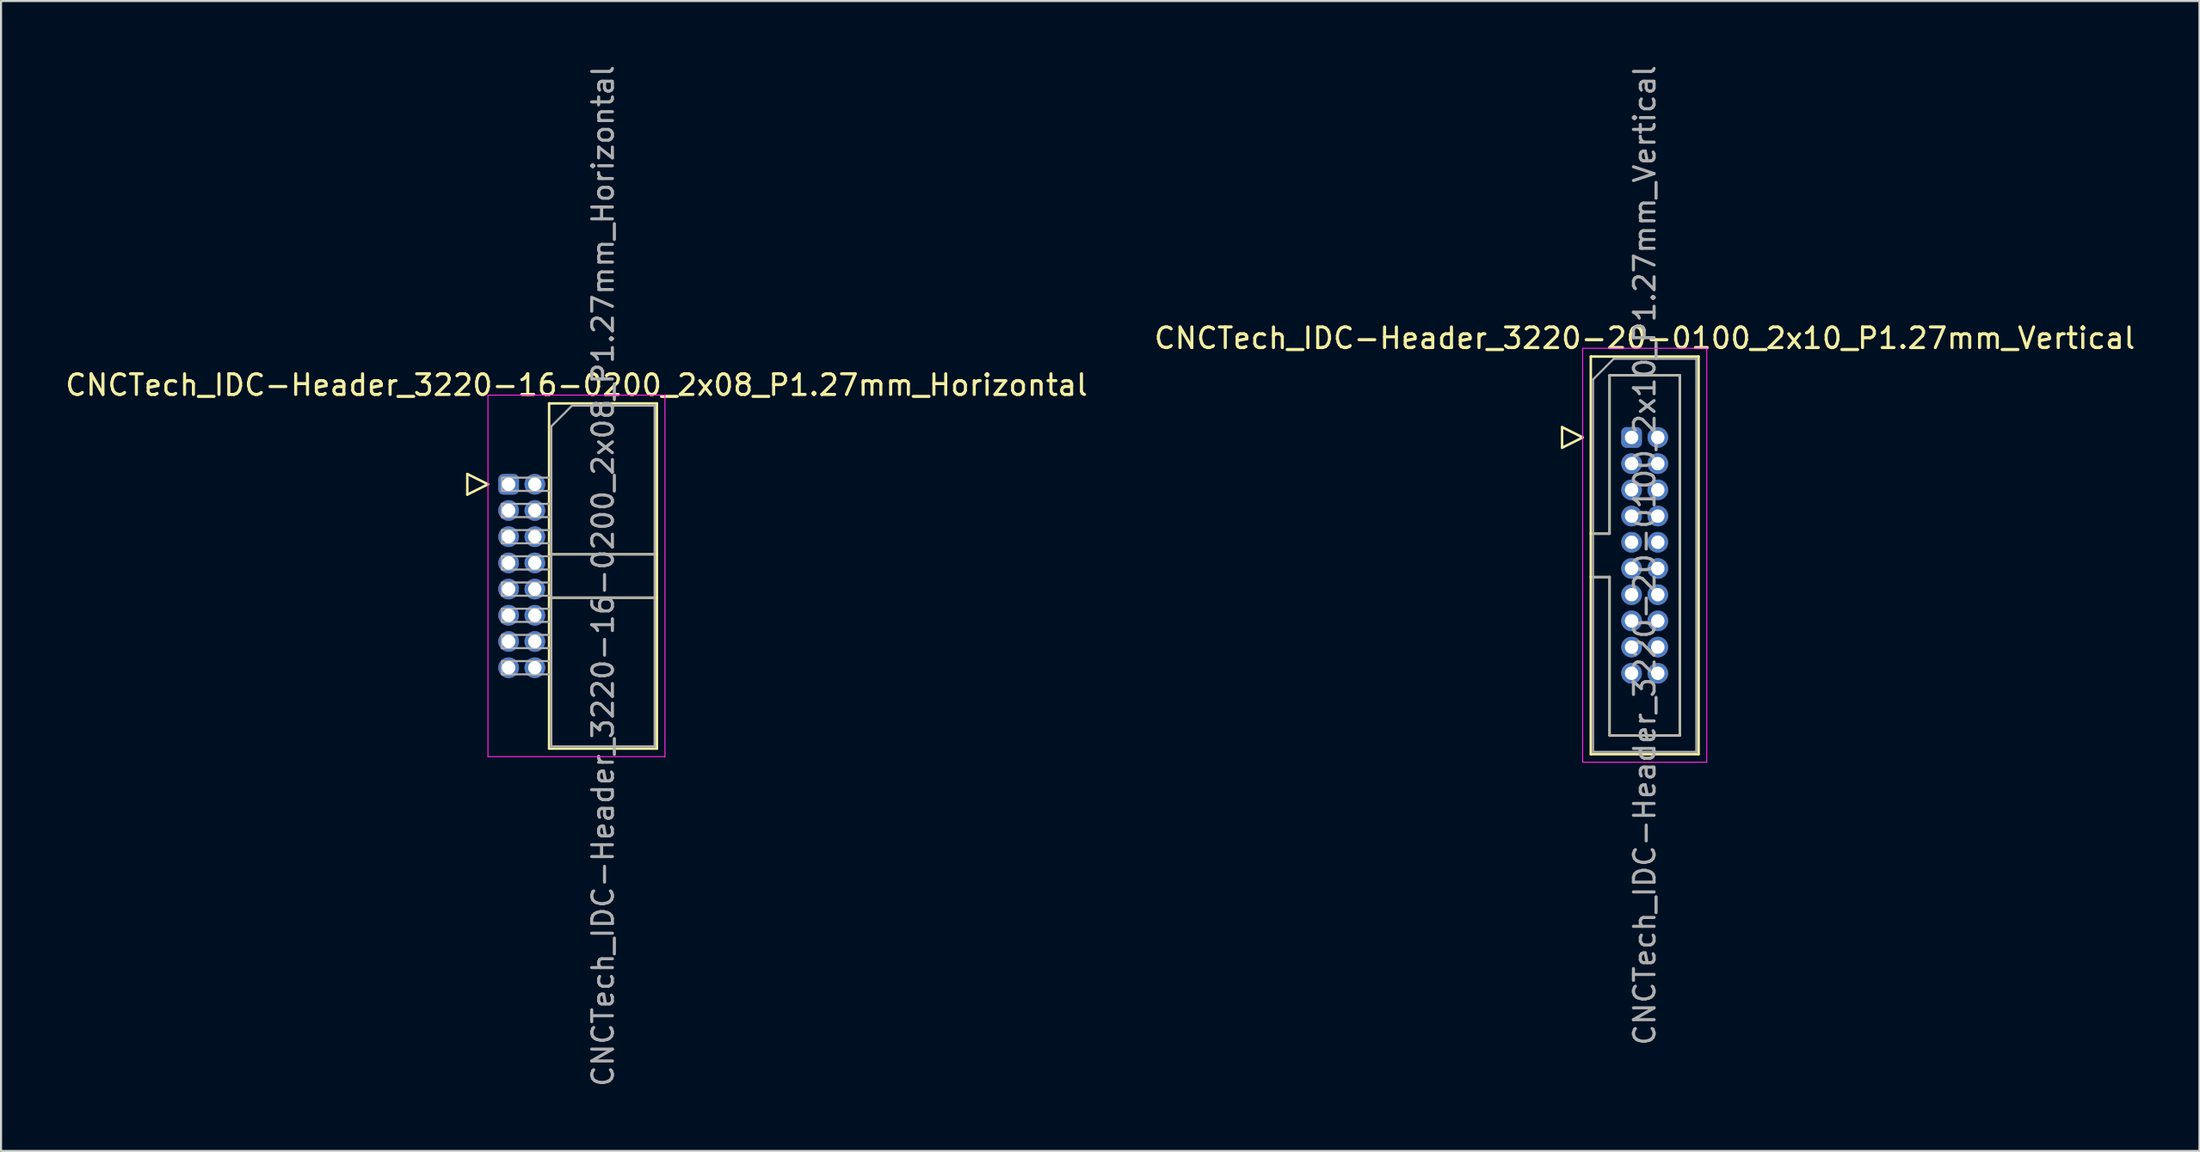
<source format=kicad_pcb>
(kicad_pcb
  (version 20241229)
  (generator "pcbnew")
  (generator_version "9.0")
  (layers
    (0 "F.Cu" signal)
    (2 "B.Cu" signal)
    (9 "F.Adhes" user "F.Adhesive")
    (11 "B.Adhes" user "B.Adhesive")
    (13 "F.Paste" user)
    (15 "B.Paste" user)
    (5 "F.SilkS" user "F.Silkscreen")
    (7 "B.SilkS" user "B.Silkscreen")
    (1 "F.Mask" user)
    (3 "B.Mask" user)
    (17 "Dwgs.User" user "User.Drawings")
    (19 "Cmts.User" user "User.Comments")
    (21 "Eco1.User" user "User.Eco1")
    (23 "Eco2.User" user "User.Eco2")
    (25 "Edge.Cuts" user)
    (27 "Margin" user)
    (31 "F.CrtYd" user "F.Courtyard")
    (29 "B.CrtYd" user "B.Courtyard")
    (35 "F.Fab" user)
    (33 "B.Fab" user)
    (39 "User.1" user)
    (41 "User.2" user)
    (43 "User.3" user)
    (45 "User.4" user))
  (footprint "CNCTech_IDC-Header_3220-16-0200_2x08_P1.27mm_Horizontal"
    (layer "F.Cu")
    (at 21.578 20.418)
    (property "Reference" "CNCTech_IDC-Header_3220-16-0200_2x08_P1.27mm_Horizontal" (at 3.285 -4.81 0) (layer "F.SilkS") (effects (font (size 1 1) (thickness 0.15))))
    (attr through_hole)
    (fp_line (start -2 -0.5) (end -2 0.5) (stroke (width 0.12) (type solid)) (layer "F.SilkS"))
    (fp_line (start -2 0.5) (end -1 0) (stroke (width 0.12) (type solid)) (layer "F.SilkS"))
    (fp_line (start -1 0) (end -2 -0.5) (stroke (width 0.12) (type solid)) (layer "F.SilkS"))
    (fp_line (start 1.96 -3.92) (end 7.18 -3.92) (stroke (width 0.12) (type solid)) (layer "F.SilkS"))
    (fp_line (start 1.96 3.395) (end 7.18 3.395) (stroke (width 0.12) (type solid)) (layer "F.SilkS"))
    (fp_line (start 1.96 5.495) (end 7.18 5.495) (stroke (width 0.12) (type solid)) (layer "F.SilkS"))
    (fp_line (start 1.96 12.81) (end 1.96 -3.92) (stroke (width 0.12) (type solid)) (layer "F.SilkS"))
    (fp_line (start 7.18 -3.92) (end 7.18 12.81) (stroke (width 0.12) (type solid)) (layer "F.SilkS"))
    (fp_line (start 7.18 12.81) (end 1.96 12.81) (stroke (width 0.12) (type solid)) (layer "F.SilkS"))
    (fp_line (start -1 -4.32) (end -1 13.2) (stroke (width 0.05) (type solid)) (layer "F.CrtYd"))
    (fp_line (start -1 13.2) (end 7.57 13.2) (stroke (width 0.05) (type solid)) (layer "F.CrtYd"))
    (fp_line (start 7.57 -4.32) (end -1 -4.32) (stroke (width 0.05) (type solid)) (layer "F.CrtYd"))
    (fp_line (start 7.57 13.2) (end 7.57 -4.32) (stroke (width 0.05) (type solid)) (layer "F.CrtYd"))
    (fp_line (start -0.32 -0.32) (end -0.32 0.32) (stroke (width 0.1) (type solid)) (layer "F.Fab"))
    (fp_line (start -0.32 0.32) (end 2.07 0.32) (stroke (width 0.1) (type solid)) (layer "F.Fab"))
    (fp_line (start -0.32 0.95) (end -0.32 1.59) (stroke (width 0.1) (type solid)) (layer "F.Fab"))
    (fp_line (start -0.32 1.59) (end 2.07 1.59) (stroke (width 0.1) (type solid)) (layer "F.Fab"))
    (fp_line (start -0.32 2.22) (end -0.32 2.86) (stroke (width 0.1) (type solid)) (layer "F.Fab"))
    (fp_line (start -0.32 2.86) (end 2.07 2.86) (stroke (width 0.1) (type solid)) (layer "F.Fab"))
    (fp_line (start -0.32 3.49) (end -0.32 4.13) (stroke (width 0.1) (type solid)) (layer "F.Fab"))
    (fp_line (start -0.32 4.13) (end 2.07 4.13) (stroke (width 0.1) (type solid)) (layer "F.Fab"))
    (fp_line (start -0.32 4.76) (end -0.32 5.4) (stroke (width 0.1) (type solid)) (layer "F.Fab"))
    (fp_line (start -0.32 5.4) (end 2.07 5.4) (stroke (width 0.1) (type solid)) (layer "F.Fab"))
    (fp_line (start -0.32 6.03) (end -0.32 6.67) (stroke (width 0.1) (type solid)) (layer "F.Fab"))
    (fp_line (start -0.32 6.67) (end 2.07 6.67) (stroke (width 0.1) (type solid)) (layer "F.Fab"))
    (fp_line (start -0.32 7.3) (end -0.32 7.94) (stroke (width 0.1) (type solid)) (layer "F.Fab"))
    (fp_line (start -0.32 7.94) (end 2.07 7.94) (stroke (width 0.1) (type solid)) (layer "F.Fab"))
    (fp_line (start -0.32 8.57) (end -0.32 9.21) (stroke (width 0.1) (type solid)) (layer "F.Fab"))
    (fp_line (start -0.32 9.21) (end 2.07 9.21) (stroke (width 0.1) (type solid)) (layer "F.Fab"))
    (fp_line (start 2.07 -2.81) (end 3.07 -3.81) (stroke (width 0.1) (type solid)) (layer "F.Fab"))
    (fp_line (start 2.07 -0.32) (end -0.32 -0.32) (stroke (width 0.1) (type solid)) (layer "F.Fab"))
    (fp_line (start 2.07 0.95) (end -0.32 0.95) (stroke (width 0.1) (type solid)) (layer "F.Fab"))
    (fp_line (start 2.07 2.22) (end -0.32 2.22) (stroke (width 0.1) (type solid)) (layer "F.Fab"))
    (fp_line (start 2.07 3.395) (end 7.07 3.395) (stroke (width 0.1) (type solid)) (layer "F.Fab"))
    (fp_line (start 2.07 3.49) (end -0.32 3.49) (stroke (width 0.1) (type solid)) (layer "F.Fab"))
    (fp_line (start 2.07 4.76) (end -0.32 4.76) (stroke (width 0.1) (type solid)) (layer "F.Fab"))
    (fp_line (start 2.07 5.495) (end 7.07 5.495) (stroke (width 0.1) (type solid)) (layer "F.Fab"))
    (fp_line (start 2.07 6.03) (end -0.32 6.03) (stroke (width 0.1) (type solid)) (layer "F.Fab"))
    (fp_line (start 2.07 7.3) (end -0.32 7.3) (stroke (width 0.1) (type solid)) (layer "F.Fab"))
    (fp_line (start 2.07 8.57) (end -0.32 8.57) (stroke (width 0.1) (type solid)) (layer "F.Fab"))
    (fp_line (start 2.07 12.7) (end 2.07 -2.81) (stroke (width 0.1) (type solid)) (layer "F.Fab"))
    (fp_line (start 3.07 -3.81) (end 7.07 -3.81) (stroke (width 0.1) (type solid)) (layer "F.Fab"))
    (fp_line (start 7.07 -3.81) (end 7.07 12.7) (stroke (width 0.1) (type solid)) (layer "F.Fab"))
    (fp_line (start 7.07 12.7) (end 2.07 12.7) (stroke (width 0.1) (type solid)) (layer "F.Fab"))
    (fp_text user "${REFERENCE}" (at 4.57 4.445 90) (layer "F.Fab") (effects (font (size 1 1) (thickness 0.15))))
    (pad "1" thru_hole roundrect (at 0 0) (size 1 1) (drill 0.65) (layers "*.Cu" "*.Mask") (roundrect_rratio 0.25))
    (pad "2" thru_hole circle (at 1.27 0) (size 1 1) (drill 0.65) (layers "*.Cu" "*.Mask"))
    (pad "3" thru_hole circle (at 0 1.27) (size 1 1) (drill 0.65) (layers "*.Cu" "*.Mask"))
    (pad "4" thru_hole circle (at 1.27 1.27) (size 1 1) (drill 0.65) (layers "*.Cu" "*.Mask"))
    (pad "5" thru_hole circle (at 0 2.54) (size 1 1) (drill 0.65) (layers "*.Cu" "*.Mask"))
    (pad "6" thru_hole circle (at 1.27 2.54) (size 1 1) (drill 0.65) (layers "*.Cu" "*.Mask"))
    (pad "7" thru_hole circle (at 0 3.81) (size 1 1) (drill 0.65) (layers "*.Cu" "*.Mask"))
    (pad "8" thru_hole circle (at 1.27 3.81) (size 1 1) (drill 0.65) (layers "*.Cu" "*.Mask"))
    (pad "9" thru_hole circle (at 0 5.08) (size 1 1) (drill 0.65) (layers "*.Cu" "*.Mask"))
    (pad "10" thru_hole circle (at 1.27 5.08) (size 1 1) (drill 0.65) (layers "*.Cu" "*.Mask"))
    (pad "11" thru_hole circle (at 0 6.35) (size 1 1) (drill 0.65) (layers "*.Cu" "*.Mask"))
    (pad "12" thru_hole circle (at 1.27 6.35) (size 1 1) (drill 0.65) (layers "*.Cu" "*.Mask"))
    (pad "13" thru_hole circle (at 0 7.62) (size 1 1) (drill 0.65) (layers "*.Cu" "*.Mask"))
    (pad "14" thru_hole circle (at 1.27 7.62) (size 1 1) (drill 0.65) (layers "*.Cu" "*.Mask"))
    (pad "15" thru_hole circle (at 0 8.89) (size 1 1) (drill 0.65) (layers "*.Cu" "*.Mask"))
    (pad "16" thru_hole circle (at 1.27 8.89) (size 1 1) (drill 0.65) (layers "*.Cu" "*.Mask")))
  (footprint "CNCTech_IDC-Header_3220-20-0100_2x10_P1.27mm_Vertical"
    (layer "F.Cu")
    (at 75.954 18.148)
    (property "Reference" "CNCTech_IDC-Header_3220-20-0100_2x10_P1.27mm_Vertical" (at 0.635 -4.81 0) (layer "F.SilkS") (effects (font (size 1 1) (thickness 0.15))))
    (attr through_hole)
    (fp_line (start -3.365 -0.5) (end -3.365 0.5) (stroke (width 0.12) (type solid)) (layer "F.SilkS"))
    (fp_line (start -3.365 0.5) (end -2.365 0) (stroke (width 0.12) (type solid)) (layer "F.SilkS"))
    (fp_line (start -2.365 0) (end -3.365 -0.5) (stroke (width 0.12) (type solid)) (layer "F.SilkS"))
    (fp_line (start -1.975 -3.92) (end 3.245 -3.92) (stroke (width 0.12) (type solid)) (layer "F.SilkS"))
    (fp_line (start -1.975 4.665) (end -1.065 4.665) (stroke (width 0.12) (type solid)) (layer "F.SilkS"))
    (fp_line (start -1.975 15.35) (end -1.975 -3.92) (stroke (width 0.12) (type solid)) (layer "F.SilkS"))
    (fp_line (start -1.065 -3.01) (end 2.335 -3.01) (stroke (width 0.12) (type solid)) (layer "F.SilkS"))
    (fp_line (start -1.065 4.665) (end -1.065 -3.01) (stroke (width 0.12) (type solid)) (layer "F.SilkS"))
    (fp_line (start -1.065 6.765) (end -1.975 6.765) (stroke (width 0.12) (type solid)) (layer "F.SilkS"))
    (fp_line (start -1.065 6.765) (end -1.065 6.765) (stroke (width 0.12) (type solid)) (layer "F.SilkS"))
    (fp_line (start -1.065 14.44) (end -1.065 6.765) (stroke (width 0.12) (type solid)) (layer "F.SilkS"))
    (fp_line (start 2.335 -3.01) (end 2.335 14.44) (stroke (width 0.12) (type solid)) (layer "F.SilkS"))
    (fp_line (start 2.335 14.44) (end -1.065 14.44) (stroke (width 0.12) (type solid)) (layer "F.SilkS"))
    (fp_line (start 3.245 -3.92) (end 3.245 15.35) (stroke (width 0.12) (type solid)) (layer "F.SilkS"))
    (fp_line (start 3.245 15.35) (end -1.975 15.35) (stroke (width 0.12) (type solid)) (layer "F.SilkS"))
    (fp_line (start -2.37 -4.32) (end -2.37 15.74) (stroke (width 0.05) (type solid)) (layer "F.CrtYd"))
    (fp_line (start -2.37 15.74) (end 3.64 15.74) (stroke (width 0.05) (type solid)) (layer "F.CrtYd"))
    (fp_line (start 3.64 -4.32) (end -2.37 -4.32) (stroke (width 0.05) (type solid)) (layer "F.CrtYd"))
    (fp_line (start 3.64 15.74) (end 3.64 -4.32) (stroke (width 0.05) (type solid)) (layer "F.CrtYd"))
    (fp_line (start -1.865 -2.81) (end -0.865 -3.81) (stroke (width 0.1) (type solid)) (layer "F.Fab"))
    (fp_line (start -1.865 4.665) (end -1.065 4.665) (stroke (width 0.1) (type solid)) (layer "F.Fab"))
    (fp_line (start -1.865 15.24) (end -1.865 -2.81) (stroke (width 0.1) (type solid)) (layer "F.Fab"))
    (fp_line (start -1.065 -3.01) (end 2.335 -3.01) (stroke (width 0.1) (type solid)) (layer "F.Fab"))
    (fp_line (start -1.065 4.665) (end -1.065 -3.01) (stroke (width 0.1) (type solid)) (layer "F.Fab"))
    (fp_line (start -1.065 6.765) (end -1.865 6.765) (stroke (width 0.1) (type solid)) (layer "F.Fab"))
    (fp_line (start -1.065 6.765) (end -1.065 6.765) (stroke (width 0.1) (type solid)) (layer "F.Fab"))
    (fp_line (start -1.065 14.44) (end -1.065 6.765) (stroke (width 0.1) (type solid)) (layer "F.Fab"))
    (fp_line (start -0.865 -3.81) (end 3.135 -3.81) (stroke (width 0.1) (type solid)) (layer "F.Fab"))
    (fp_line (start 2.335 -3.01) (end 2.335 14.44) (stroke (width 0.1) (type solid)) (layer "F.Fab"))
    (fp_line (start 2.335 14.44) (end -1.065 14.44) (stroke (width 0.1) (type solid)) (layer "F.Fab"))
    (fp_line (start 3.135 -3.81) (end 3.135 15.24) (stroke (width 0.1) (type solid)) (layer "F.Fab"))
    (fp_line (start 3.135 15.24) (end -1.865 15.24) (stroke (width 0.1) (type solid)) (layer "F.Fab"))
    (fp_text user "${REFERENCE}" (at 0.635 5.715 90) (layer "F.Fab") (effects (font (size 1 1) (thickness 0.15))))
    (pad "1" thru_hole roundrect (at 0 0) (size 1 1) (drill 0.65) (layers "*.Cu" "*.Mask") (roundrect_rratio 0.25))
    (pad "2" thru_hole circle (at 1.27 0) (size 1 1) (drill 0.65) (layers "*.Cu" "*.Mask"))
    (pad "3" thru_hole circle (at 0 1.27) (size 1 1) (drill 0.65) (layers "*.Cu" "*.Mask"))
    (pad "4" thru_hole circle (at 1.27 1.27) (size 1 1) (drill 0.65) (layers "*.Cu" "*.Mask"))
    (pad "5" thru_hole circle (at 0 2.54) (size 1 1) (drill 0.65) (layers "*.Cu" "*.Mask"))
    (pad "6" thru_hole circle (at 1.27 2.54) (size 1 1) (drill 0.65) (layers "*.Cu" "*.Mask"))
    (pad "7" thru_hole circle (at 0 3.81) (size 1 1) (drill 0.65) (layers "*.Cu" "*.Mask"))
    (pad "8" thru_hole circle (at 1.27 3.81) (size 1 1) (drill 0.65) (layers "*.Cu" "*.Mask"))
    (pad "9" thru_hole circle (at 0 5.08) (size 1 1) (drill 0.65) (layers "*.Cu" "*.Mask"))
    (pad "10" thru_hole circle (at 1.27 5.08) (size 1 1) (drill 0.65) (layers "*.Cu" "*.Mask"))
    (pad "11" thru_hole circle (at 0 6.35) (size 1 1) (drill 0.65) (layers "*.Cu" "*.Mask"))
    (pad "12" thru_hole circle (at 1.27 6.35) (size 1 1) (drill 0.65) (layers "*.Cu" "*.Mask"))
    (pad "13" thru_hole circle (at 0 7.62) (size 1 1) (drill 0.65) (layers "*.Cu" "*.Mask"))
    (pad "14" thru_hole circle (at 1.27 7.62) (size 1 1) (drill 0.65) (layers "*.Cu" "*.Mask"))
    (pad "15" thru_hole circle (at 0 8.89) (size 1 1) (drill 0.65) (layers "*.Cu" "*.Mask"))
    (pad "16" thru_hole circle (at 1.27 8.89) (size 1 1) (drill 0.65) (layers "*.Cu" "*.Mask"))
    (pad "17" thru_hole circle (at 0 10.16) (size 1 1) (drill 0.65) (layers "*.Cu" "*.Mask"))
    (pad "18" thru_hole circle (at 1.27 10.16) (size 1 1) (drill 0.65) (layers "*.Cu" "*.Mask"))
    (pad "19" thru_hole circle (at 0 11.43) (size 1 1) (drill 0.65) (layers "*.Cu" "*.Mask"))
    (pad "20" thru_hole circle (at 1.27 11.43) (size 1 1) (drill 0.65) (layers "*.Cu" "*.Mask")))
  (gr_rect
    (start -3 -3)
    (end 103.452 52.726)
    (stroke (width 0.1) (type default))
    (fill no)
    (layer "Edge.Cuts")))
</source>
